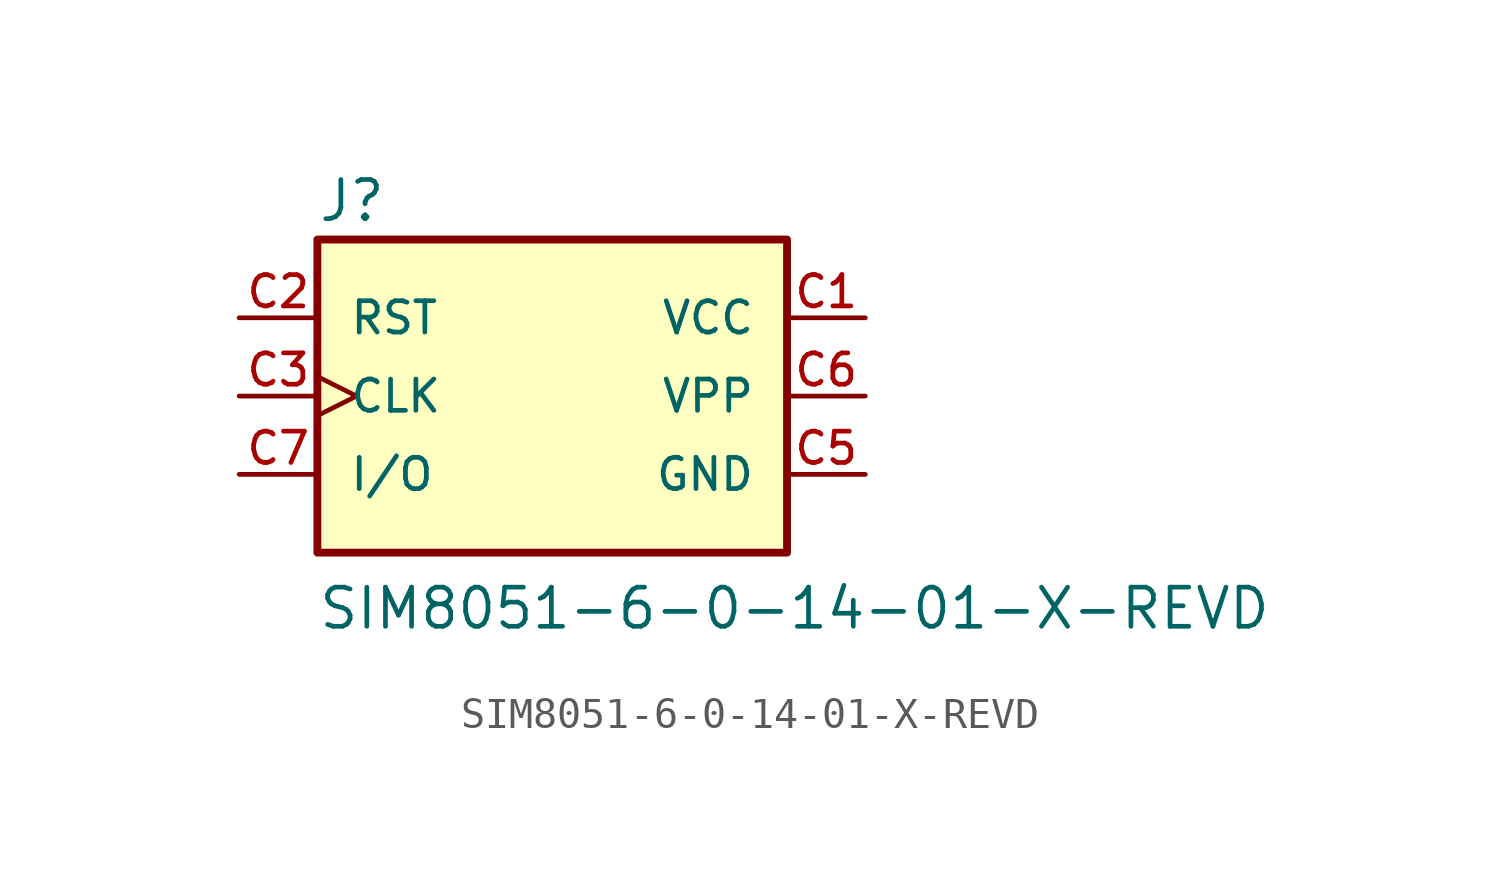
<source format=kicad_sym>
(kicad_symbol_lib
  (version 20211014)
  (generator kicad_symbol_editor)
  (symbol "SIM8051-6-0-14-01-X-REVD"
    (pin_names
      (offset 1.016))
    (property "Reference" "J"
      (at -5.084 5.593 0)
      (effects (font (size 1.27 1.27)) (justify bottom left)))
    (property "Value" "SIM8051-6-0-14-01-X-REVD"
      (at -5.088 -7.633 0)
      (effects (font (size 1.27 1.27)) (justify bottom left)))
    (symbol "SIM8051-6-0-14-01-X-REVD_0_0"
      (rectangle (start -5.08 -5.08) (end 10.16 5.08) (stroke (width 0.254)) (fill (type background)))
      (pin power_in line (at 12.7 2.54 180.0) (length 2.54) (name "VCC" (effects (font (size 1.016 1.016)))) (number "C1" (effects (font (size 1.016 1.016)))))
      (pin input line (at -7.62 2.54 0) (length 2.54) (name "RST" (effects (font (size 1.016 1.016)))) (number "C2" (effects (font (size 1.016 1.016)))))
      (pin input clock (at -7.62 0.0 0) (length 2.54) (name "CLK" (effects (font (size 1.016 1.016)))) (number "C3" (effects (font (size 1.016 1.016)))))
      (pin power_in line (at 12.7 -2.54 180.0) (length 2.54) (name "GND" (effects (font (size 1.016 1.016)))) (number "C5" (effects (font (size 1.016 1.016)))))
      (pin power_in line (at 12.7 0.0 180.0) (length 2.54) (name "VPP" (effects (font (size 1.016 1.016)))) (number "C6" (effects (font (size 1.016 1.016)))))
      (pin bidirectional line (at -7.62 -2.54 0) (length 2.54) (name "I/O" (effects (font (size 1.016 1.016)))) (number "C7" (effects (font (size 1.016 1.016))))))))
</source>
